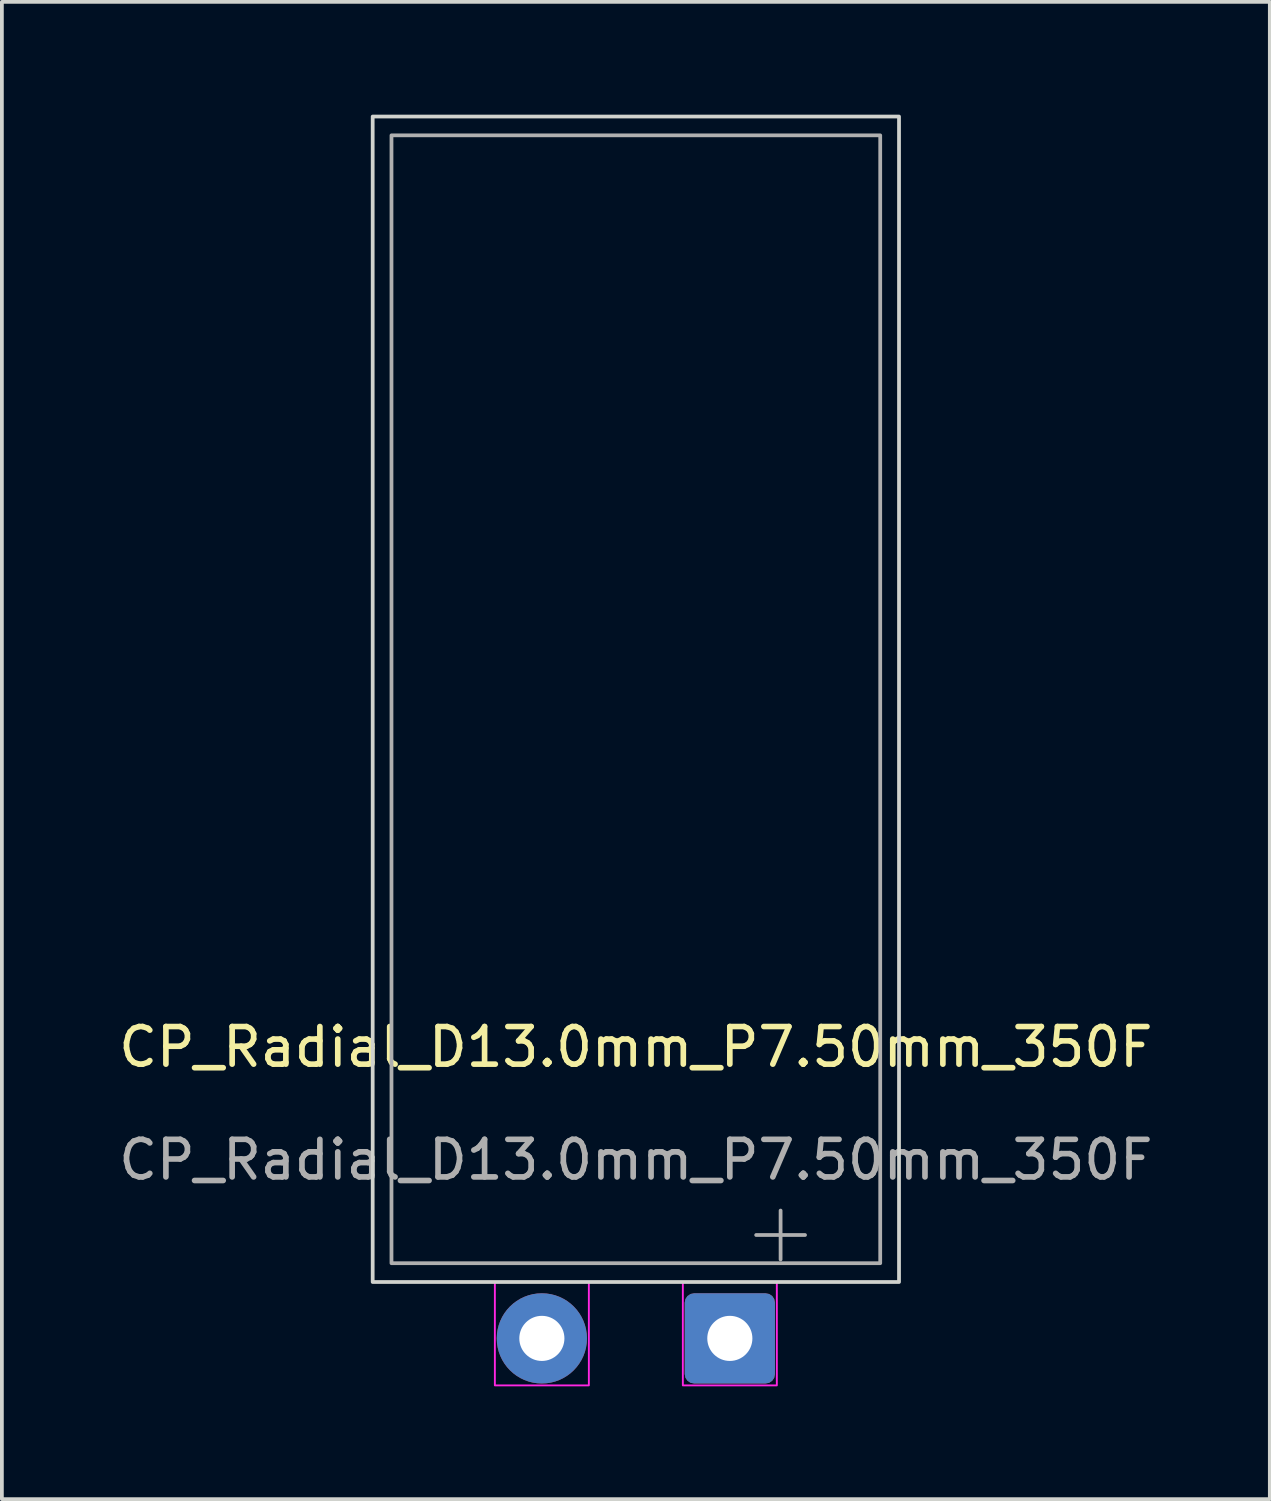
<source format=kicad_pcb>
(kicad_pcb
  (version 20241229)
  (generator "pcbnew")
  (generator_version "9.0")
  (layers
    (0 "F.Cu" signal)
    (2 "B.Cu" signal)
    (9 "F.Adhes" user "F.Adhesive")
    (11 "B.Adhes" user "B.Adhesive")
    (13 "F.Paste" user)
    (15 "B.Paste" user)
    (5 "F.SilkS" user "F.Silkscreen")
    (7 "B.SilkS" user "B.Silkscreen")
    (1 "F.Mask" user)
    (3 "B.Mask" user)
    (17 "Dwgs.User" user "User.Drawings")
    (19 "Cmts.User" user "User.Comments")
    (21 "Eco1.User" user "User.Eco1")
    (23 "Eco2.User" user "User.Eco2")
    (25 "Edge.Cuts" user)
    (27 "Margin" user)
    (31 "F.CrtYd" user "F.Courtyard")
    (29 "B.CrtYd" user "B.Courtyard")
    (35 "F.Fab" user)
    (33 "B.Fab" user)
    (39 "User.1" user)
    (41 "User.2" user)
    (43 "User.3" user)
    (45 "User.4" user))
  (footprint "CP_Radial_D13.0mm_P7.50mm_350F"
    (layer "F.Cu")
    (at 13.863 32.55)
    (property "Reference" "CP_Radial_D13.0mm_P7.50mm_350F" (at 0 -7.75 0) (layer "F.SilkS") (effects (font (size 1 1) (thickness 0.15))))
    (attr through_hole)
    (fp_rect (start -7 -32.5) (end 7 -1.5) (stroke (width 0.1) (type default)) (fill no) (layer "Edge.Cuts"))
    (fp_poly (pts (xy -1.25 1.25) (xy -3.75 1.25) (xy -3.75 -1.5) (xy -7 -1.5) (xy -7 -32.5) (xy 7 -32.5) (xy 7 -1.5) (xy 3.75 -1.5) (xy 3.75 1.25) (xy 1.25 1.25) (xy 1.25 -1.5) (xy -1.25 -1.5)) (stroke (width 0.05) (type solid)) (fill no) (layer "F.CrtYd"))
    (fp_line (start 3.2 -2.75) (end 4.5 -2.75) (stroke (width 0.1) (type solid)) (layer "F.Fab"))
    (fp_line (start 3.85 -3.4) (end 3.85 -2.1) (stroke (width 0.1) (type solid)) (layer "F.Fab"))
    (fp_rect (start -6.5 -32) (end 6.5 -2) (stroke (width 0.1) (type default)) (fill no) (layer "F.Fab"))
    (fp_text user "${REFERENCE}" (at 0 -4.75 0) (layer "F.Fab") (effects (font (size 1 1) (thickness 0.15))))
    (pad "1" thru_hole roundrect (at 2.5 0) (size 2.4 2.4) (drill 1.2) (layers "*.Cu" "*.Mask") (roundrect_rratio 0.104))
    (pad "2" thru_hole circle (at -2.5 0) (size 2.4 2.4) (drill 1.2) (layers "*.Cu" "*.Mask")))
  (gr_rect
    (start -3 -3)
    (end 30.726 36.825)
    (stroke (width 0.1) (type default))
    (fill no)
    (layer "Edge.Cuts")))
</source>
